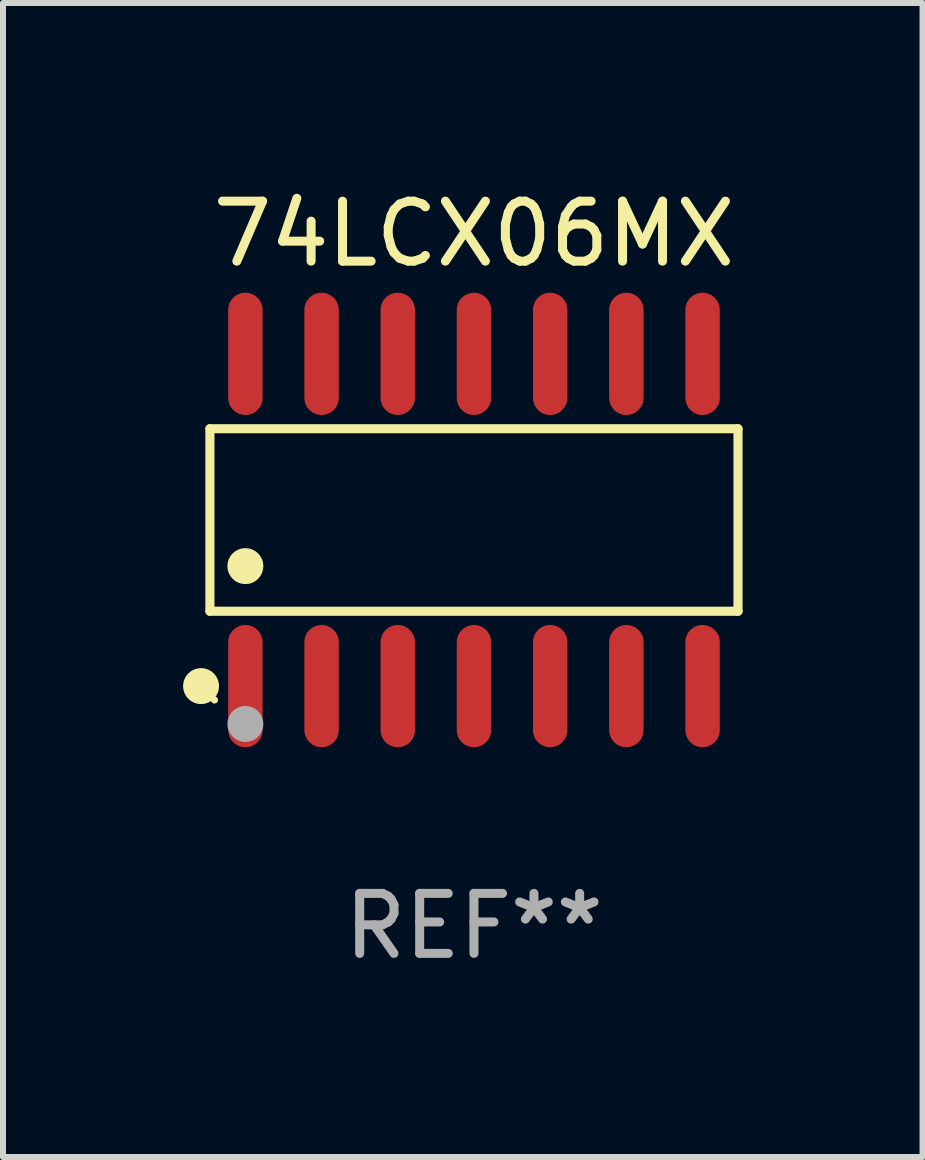
<source format=kicad_pcb>
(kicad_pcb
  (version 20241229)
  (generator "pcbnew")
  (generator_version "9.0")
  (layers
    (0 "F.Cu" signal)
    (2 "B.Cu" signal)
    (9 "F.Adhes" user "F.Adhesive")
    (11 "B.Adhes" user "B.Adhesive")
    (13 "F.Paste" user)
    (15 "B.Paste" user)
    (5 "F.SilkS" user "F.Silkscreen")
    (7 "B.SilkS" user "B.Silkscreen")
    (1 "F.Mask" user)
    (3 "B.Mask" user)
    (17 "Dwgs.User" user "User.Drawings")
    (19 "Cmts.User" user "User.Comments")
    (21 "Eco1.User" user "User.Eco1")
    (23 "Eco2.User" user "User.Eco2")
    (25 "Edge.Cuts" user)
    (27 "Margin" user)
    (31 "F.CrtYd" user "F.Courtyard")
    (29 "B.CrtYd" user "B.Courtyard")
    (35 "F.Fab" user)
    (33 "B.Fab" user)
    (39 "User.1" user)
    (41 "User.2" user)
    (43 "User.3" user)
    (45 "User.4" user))
  (footprint "74LCX06MX"
    (layer "F.Cu")
    (at 4.85 5.617)
    (property "Reference" "74LCX06MX" (at 0 -4.769 0) (layer "F.SilkS") (effects (font (size 1 1) (thickness 0.15))))
    (attr through_hole)
    (fp_line (start -4.401 -1.521) (end 4.401 -1.521) (stroke (width 0.152) (type solid)) (layer "F.SilkS"))
    (fp_line (start -4.401 1.521) (end -4.401 -1.521) (stroke (width 0.152) (type solid)) (layer "F.SilkS"))
    (fp_line (start 4.401 -1.521) (end 4.401 1.521) (stroke (width 0.152) (type solid)) (layer "F.SilkS"))
    (fp_line (start 4.401 1.521) (end -4.401 1.521) (stroke (width 0.152) (type solid)) (layer "F.SilkS"))
    (fp_circle (center -4.549 2.769) (end -4.399 2.769) (stroke (width 0.3) (type solid)) (fill no) (layer "F.SilkS"))
    (fp_circle (center -4.325 3) (end -4.295 3) (stroke (width 0.06) (type solid)) (fill no) (layer "F.SilkS"))
    (fp_circle (center -3.81 0.769) (end -3.66 0.769) (stroke (width 0.3) (type solid)) (fill no) (layer "F.SilkS"))
    (fp_circle (center -3.81 3.4) (end -3.66 3.4) (stroke (width 0.3) (type solid)) (fill no) (layer "F.Fab"))
    (fp_text user "REF**" (at 0 6.769 0) (layer "F.Fab") (effects (font (size 1 1) (thickness 0.15))))
    (pad "1" smd oval (at -3.81 2.769) (size 0.574 2.038) (layers "F.Cu" "F.Mask" "F.Paste"))
    (pad "2" smd oval (at -2.54 2.769) (size 0.574 2.038) (layers "F.Cu" "F.Mask" "F.Paste"))
    (pad "3" smd oval (at -1.27 2.769) (size 0.574 2.038) (layers "F.Cu" "F.Mask" "F.Paste"))
    (pad "4" smd oval (at 0 2.769) (size 0.574 2.038) (layers "F.Cu" "F.Mask" "F.Paste"))
    (pad "5" smd oval (at 1.27 2.769) (size 0.574 2.038) (layers "F.Cu" "F.Mask" "F.Paste"))
    (pad "6" smd oval (at 2.54 2.769) (size 0.574 2.038) (layers "F.Cu" "F.Mask" "F.Paste"))
    (pad "7" smd oval (at 3.81 2.769) (size 0.574 2.038) (layers "F.Cu" "F.Mask" "F.Paste"))
    (pad "8" smd oval (at 3.81 -2.769) (size 0.574 2.038) (layers "F.Cu" "F.Mask" "F.Paste"))
    (pad "9" smd oval (at 2.54 -2.769) (size 0.574 2.038) (layers "F.Cu" "F.Mask" "F.Paste"))
    (pad "10" smd oval (at 1.27 -2.769) (size 0.574 2.038) (layers "F.Cu" "F.Mask" "F.Paste"))
    (pad "11" smd oval (at 0 -2.769) (size 0.574 2.038) (layers "F.Cu" "F.Mask" "F.Paste"))
    (pad "12" smd oval (at -1.27 -2.769) (size 0.574 2.038) (layers "F.Cu" "F.Mask" "F.Paste"))
    (pad "13" smd oval (at -2.54 -2.769) (size 0.574 2.038) (layers "F.Cu" "F.Mask" "F.Paste"))
    (pad "14" smd oval (at -3.81 -2.769) (size 0.574 2.038) (layers "F.Cu" "F.Mask" "F.Paste")))
  (gr_rect
    (start -3 -3)
    (end 12.327 16.235)
    (stroke (width 0.1) (type default))
    (fill no)
    (layer "Edge.Cuts")))
</source>
